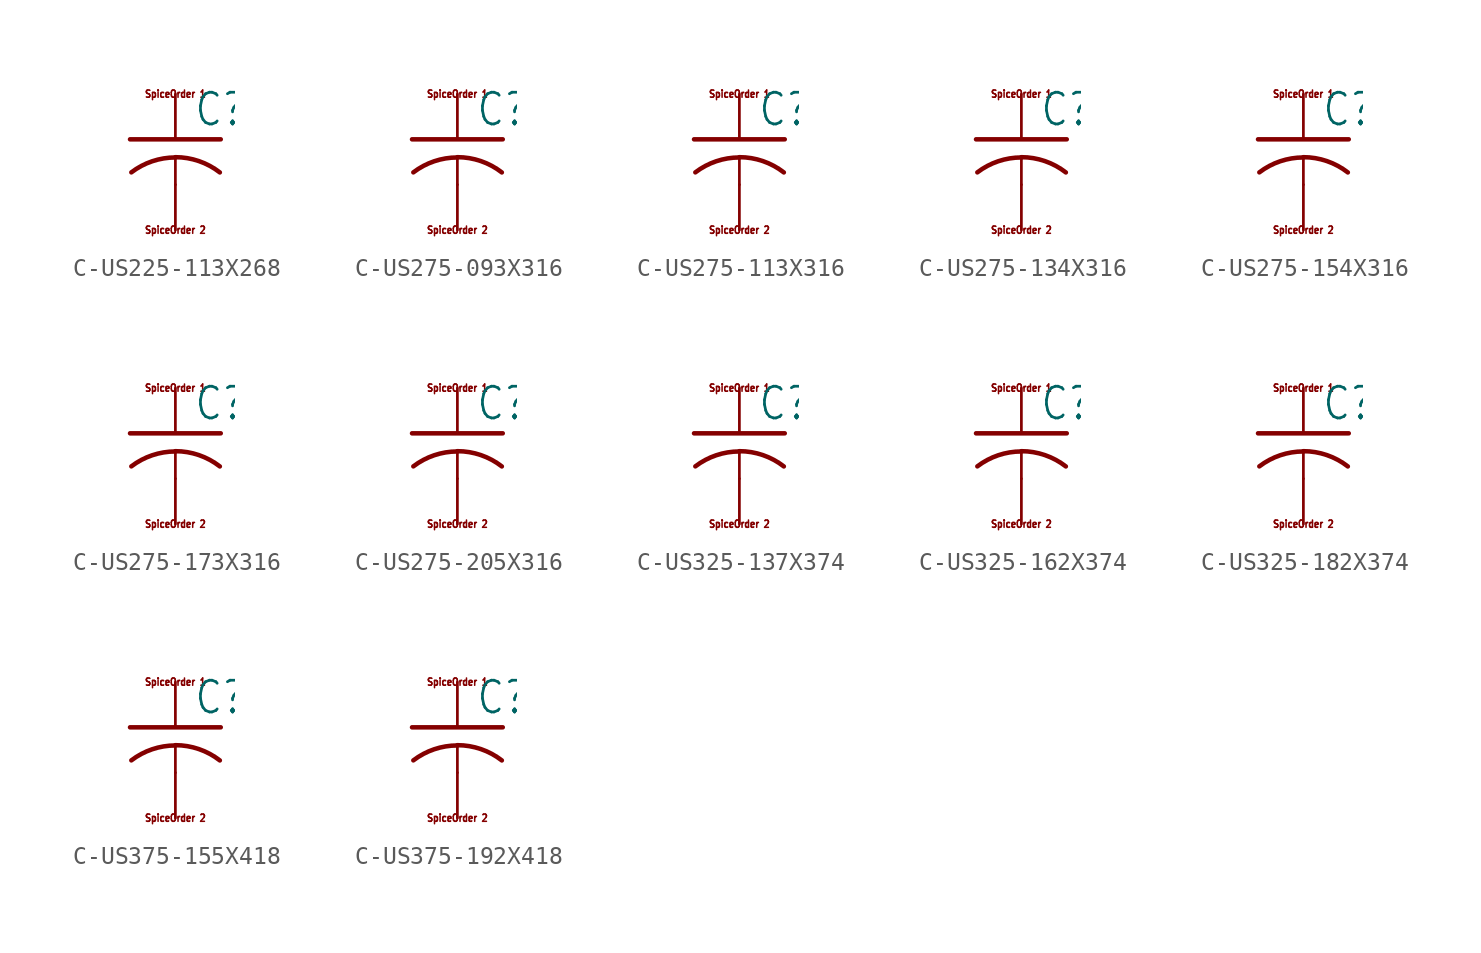
<source format=kicad_sym>
(kicad_symbol_lib
  (version 20220914)
  (generator kicad_symbol_editor)
  (symbol "C-US225-113X268"
    (property "Reference" "C"
      (at 1.016 0.635 0)
      (effects (font (size 1.778 1.511)) (justify left bottom)))
    (property "Value" ""
      (at 1.016 -4.191 0)
      (effects (font (size 1.778 1.511)) (justify left bottom)))
    (property "ki_locked" ""
      (at 0 0 0)
      (effects (font (size 1.27 1.27))))
    (symbol "C-US225-113X268_1_0"
      (arc (start 0 -1.0161) (mid -1.302 -1.2303) (end -2.4668 -1.8504) (stroke (width 0.254) (type solid)) (fill (type none)))
      (polyline (pts (xy -2.54 0) (xy 2.54 0)) (stroke (width 0.254) (type solid)) (fill (type none)))
      (polyline (pts (xy 0 -1.016) (xy 0 -2.54)) (stroke (width 0.152) (type solid)) (fill (type none)))
      (arc (start 2.4892 -1.8541) (mid 1.3158 -1.2194) (end 0 -1) (stroke (width 0.254) (type solid)) (fill (type none)))
      (text "SpiceOrder 1" (at 0 2.54 0) (effects (font (size 0.406 0.345))))
      (text "SpiceOrder 2" (at 0 -5.08 0) (effects (font (size 0.406 0.345))))
      (pin passive line (at 0 2.54 270) (length 2.54) (name "1" (effects (font (size 0 0)))) (number "1" (effects (font (size 0 0)))))
      (pin passive line (at 0 -5.08 90) (length 2.54) (name "2" (effects (font (size 0 0)))) (number "2" (effects (font (size 0 0)))))))
  (symbol "C-US275-093X316"
    (property "Reference" "C"
      (at 1.016 0.635 0)
      (effects (font (size 1.778 1.511)) (justify left bottom)))
    (property "Value" ""
      (at 1.016 -4.191 0)
      (effects (font (size 1.778 1.511)) (justify left bottom)))
    (property "ki_locked" ""
      (at 0 0 0)
      (effects (font (size 1.27 1.27))))
    (symbol "C-US275-093X316_1_0"
      (arc (start 0 -1.0161) (mid -1.302 -1.2303) (end -2.4668 -1.8504) (stroke (width 0.254) (type solid)) (fill (type none)))
      (polyline (pts (xy -2.54 0) (xy 2.54 0)) (stroke (width 0.254) (type solid)) (fill (type none)))
      (polyline (pts (xy 0 -1.016) (xy 0 -2.54)) (stroke (width 0.152) (type solid)) (fill (type none)))
      (arc (start 2.4892 -1.8541) (mid 1.3158 -1.2194) (end 0 -1) (stroke (width 0.254) (type solid)) (fill (type none)))
      (text "SpiceOrder 1" (at 0 2.54 0) (effects (font (size 0.406 0.345))))
      (text "SpiceOrder 2" (at 0 -5.08 0) (effects (font (size 0.406 0.345))))
      (pin passive line (at 0 2.54 270) (length 2.54) (name "1" (effects (font (size 0 0)))) (number "1" (effects (font (size 0 0)))))
      (pin passive line (at 0 -5.08 90) (length 2.54) (name "2" (effects (font (size 0 0)))) (number "2" (effects (font (size 0 0)))))))
  (symbol "C-US275-113X316"
    (property "Reference" "C"
      (at 1.016 0.635 0)
      (effects (font (size 1.778 1.511)) (justify left bottom)))
    (property "Value" ""
      (at 1.016 -4.191 0)
      (effects (font (size 1.778 1.511)) (justify left bottom)))
    (property "ki_locked" ""
      (at 0 0 0)
      (effects (font (size 1.27 1.27))))
    (symbol "C-US275-113X316_1_0"
      (arc (start 0 -1.0161) (mid -1.302 -1.2303) (end -2.4668 -1.8504) (stroke (width 0.254) (type solid)) (fill (type none)))
      (polyline (pts (xy -2.54 0) (xy 2.54 0)) (stroke (width 0.254) (type solid)) (fill (type none)))
      (polyline (pts (xy 0 -1.016) (xy 0 -2.54)) (stroke (width 0.152) (type solid)) (fill (type none)))
      (arc (start 2.4892 -1.8541) (mid 1.3158 -1.2194) (end 0 -1) (stroke (width 0.254) (type solid)) (fill (type none)))
      (text "SpiceOrder 1" (at 0 2.54 0) (effects (font (size 0.406 0.345))))
      (text "SpiceOrder 2" (at 0 -5.08 0) (effects (font (size 0.406 0.345))))
      (pin passive line (at 0 2.54 270) (length 2.54) (name "1" (effects (font (size 0 0)))) (number "1" (effects (font (size 0 0)))))
      (pin passive line (at 0 -5.08 90) (length 2.54) (name "2" (effects (font (size 0 0)))) (number "2" (effects (font (size 0 0)))))))
  (symbol "C-US275-134X316"
    (property "Reference" "C"
      (at 1.016 0.635 0)
      (effects (font (size 1.778 1.511)) (justify left bottom)))
    (property "Value" ""
      (at 1.016 -4.191 0)
      (effects (font (size 1.778 1.511)) (justify left bottom)))
    (property "ki_locked" ""
      (at 0 0 0)
      (effects (font (size 1.27 1.27))))
    (symbol "C-US275-134X316_1_0"
      (arc (start 0 -1.0161) (mid -1.302 -1.2303) (end -2.4668 -1.8504) (stroke (width 0.254) (type solid)) (fill (type none)))
      (polyline (pts (xy -2.54 0) (xy 2.54 0)) (stroke (width 0.254) (type solid)) (fill (type none)))
      (polyline (pts (xy 0 -1.016) (xy 0 -2.54)) (stroke (width 0.152) (type solid)) (fill (type none)))
      (arc (start 2.4892 -1.8541) (mid 1.3158 -1.2194) (end 0 -1) (stroke (width 0.254) (type solid)) (fill (type none)))
      (text "SpiceOrder 1" (at 0 2.54 0) (effects (font (size 0.406 0.345))))
      (text "SpiceOrder 2" (at 0 -5.08 0) (effects (font (size 0.406 0.345))))
      (pin passive line (at 0 2.54 270) (length 2.54) (name "1" (effects (font (size 0 0)))) (number "1" (effects (font (size 0 0)))))
      (pin passive line (at 0 -5.08 90) (length 2.54) (name "2" (effects (font (size 0 0)))) (number "2" (effects (font (size 0 0)))))))
  (symbol "C-US275-154X316"
    (property "Reference" "C"
      (at 1.016 0.635 0)
      (effects (font (size 1.778 1.511)) (justify left bottom)))
    (property "Value" ""
      (at 1.016 -4.191 0)
      (effects (font (size 1.778 1.511)) (justify left bottom)))
    (property "ki_locked" ""
      (at 0 0 0)
      (effects (font (size 1.27 1.27))))
    (symbol "C-US275-154X316_1_0"
      (arc (start 0 -1.0161) (mid -1.302 -1.2303) (end -2.4668 -1.8504) (stroke (width 0.254) (type solid)) (fill (type none)))
      (polyline (pts (xy -2.54 0) (xy 2.54 0)) (stroke (width 0.254) (type solid)) (fill (type none)))
      (polyline (pts (xy 0 -1.016) (xy 0 -2.54)) (stroke (width 0.152) (type solid)) (fill (type none)))
      (arc (start 2.4892 -1.8541) (mid 1.3158 -1.2194) (end 0 -1) (stroke (width 0.254) (type solid)) (fill (type none)))
      (text "SpiceOrder 1" (at 0 2.54 0) (effects (font (size 0.406 0.345))))
      (text "SpiceOrder 2" (at 0 -5.08 0) (effects (font (size 0.406 0.345))))
      (pin passive line (at 0 2.54 270) (length 2.54) (name "1" (effects (font (size 0 0)))) (number "1" (effects (font (size 0 0)))))
      (pin passive line (at 0 -5.08 90) (length 2.54) (name "2" (effects (font (size 0 0)))) (number "2" (effects (font (size 0 0)))))))
  (symbol "C-US275-173X316"
    (property "Reference" "C"
      (at 1.016 0.635 0)
      (effects (font (size 1.778 1.511)) (justify left bottom)))
    (property "Value" ""
      (at 1.016 -4.191 0)
      (effects (font (size 1.778 1.511)) (justify left bottom)))
    (property "ki_locked" ""
      (at 0 0 0)
      (effects (font (size 1.27 1.27))))
    (symbol "C-US275-173X316_1_0"
      (arc (start 0 -1.0161) (mid -1.302 -1.2303) (end -2.4668 -1.8504) (stroke (width 0.254) (type solid)) (fill (type none)))
      (polyline (pts (xy -2.54 0) (xy 2.54 0)) (stroke (width 0.254) (type solid)) (fill (type none)))
      (polyline (pts (xy 0 -1.016) (xy 0 -2.54)) (stroke (width 0.152) (type solid)) (fill (type none)))
      (arc (start 2.4892 -1.8541) (mid 1.3158 -1.2194) (end 0 -1) (stroke (width 0.254) (type solid)) (fill (type none)))
      (text "SpiceOrder 1" (at 0 2.54 0) (effects (font (size 0.406 0.345))))
      (text "SpiceOrder 2" (at 0 -5.08 0) (effects (font (size 0.406 0.345))))
      (pin passive line (at 0 2.54 270) (length 2.54) (name "1" (effects (font (size 0 0)))) (number "1" (effects (font (size 0 0)))))
      (pin passive line (at 0 -5.08 90) (length 2.54) (name "2" (effects (font (size 0 0)))) (number "2" (effects (font (size 0 0)))))))
  (symbol "C-US275-205X316"
    (property "Reference" "C"
      (at 1.016 0.635 0)
      (effects (font (size 1.778 1.511)) (justify left bottom)))
    (property "Value" ""
      (at 1.016 -4.191 0)
      (effects (font (size 1.778 1.511)) (justify left bottom)))
    (property "ki_locked" ""
      (at 0 0 0)
      (effects (font (size 1.27 1.27))))
    (symbol "C-US275-205X316_1_0"
      (arc (start 0 -1.0161) (mid -1.302 -1.2303) (end -2.4668 -1.8504) (stroke (width 0.254) (type solid)) (fill (type none)))
      (polyline (pts (xy -2.54 0) (xy 2.54 0)) (stroke (width 0.254) (type solid)) (fill (type none)))
      (polyline (pts (xy 0 -1.016) (xy 0 -2.54)) (stroke (width 0.152) (type solid)) (fill (type none)))
      (arc (start 2.4892 -1.8541) (mid 1.3158 -1.2194) (end 0 -1) (stroke (width 0.254) (type solid)) (fill (type none)))
      (text "SpiceOrder 1" (at 0 2.54 0) (effects (font (size 0.406 0.345))))
      (text "SpiceOrder 2" (at 0 -5.08 0) (effects (font (size 0.406 0.345))))
      (pin passive line (at 0 2.54 270) (length 2.54) (name "1" (effects (font (size 0 0)))) (number "1" (effects (font (size 0 0)))))
      (pin passive line (at 0 -5.08 90) (length 2.54) (name "2" (effects (font (size 0 0)))) (number "2" (effects (font (size 0 0)))))))
  (symbol "C-US325-137X374"
    (property "Reference" "C"
      (at 1.016 0.635 0)
      (effects (font (size 1.778 1.511)) (justify left bottom)))
    (property "Value" ""
      (at 1.016 -4.191 0)
      (effects (font (size 1.778 1.511)) (justify left bottom)))
    (property "ki_locked" ""
      (at 0 0 0)
      (effects (font (size 1.27 1.27))))
    (symbol "C-US325-137X374_1_0"
      (arc (start 0 -1.0161) (mid -1.302 -1.2303) (end -2.4668 -1.8504) (stroke (width 0.254) (type solid)) (fill (type none)))
      (polyline (pts (xy -2.54 0) (xy 2.54 0)) (stroke (width 0.254) (type solid)) (fill (type none)))
      (polyline (pts (xy 0 -1.016) (xy 0 -2.54)) (stroke (width 0.152) (type solid)) (fill (type none)))
      (arc (start 2.4892 -1.8541) (mid 1.3158 -1.2194) (end 0 -1) (stroke (width 0.254) (type solid)) (fill (type none)))
      (text "SpiceOrder 1" (at 0 2.54 0) (effects (font (size 0.406 0.345))))
      (text "SpiceOrder 2" (at 0 -5.08 0) (effects (font (size 0.406 0.345))))
      (pin passive line (at 0 2.54 270) (length 2.54) (name "1" (effects (font (size 0 0)))) (number "1" (effects (font (size 0 0)))))
      (pin passive line (at 0 -5.08 90) (length 2.54) (name "2" (effects (font (size 0 0)))) (number "2" (effects (font (size 0 0)))))))
  (symbol "C-US325-162X374"
    (property "Reference" "C"
      (at 1.016 0.635 0)
      (effects (font (size 1.778 1.511)) (justify left bottom)))
    (property "Value" ""
      (at 1.016 -4.191 0)
      (effects (font (size 1.778 1.511)) (justify left bottom)))
    (property "ki_locked" ""
      (at 0 0 0)
      (effects (font (size 1.27 1.27))))
    (symbol "C-US325-162X374_1_0"
      (arc (start 0 -1.0161) (mid -1.302 -1.2303) (end -2.4668 -1.8504) (stroke (width 0.254) (type solid)) (fill (type none)))
      (polyline (pts (xy -2.54 0) (xy 2.54 0)) (stroke (width 0.254) (type solid)) (fill (type none)))
      (polyline (pts (xy 0 -1.016) (xy 0 -2.54)) (stroke (width 0.152) (type solid)) (fill (type none)))
      (arc (start 2.4892 -1.8541) (mid 1.3158 -1.2194) (end 0 -1) (stroke (width 0.254) (type solid)) (fill (type none)))
      (text "SpiceOrder 1" (at 0 2.54 0) (effects (font (size 0.406 0.345))))
      (text "SpiceOrder 2" (at 0 -5.08 0) (effects (font (size 0.406 0.345))))
      (pin passive line (at 0 2.54 270) (length 2.54) (name "1" (effects (font (size 0 0)))) (number "1" (effects (font (size 0 0)))))
      (pin passive line (at 0 -5.08 90) (length 2.54) (name "2" (effects (font (size 0 0)))) (number "2" (effects (font (size 0 0)))))))
  (symbol "C-US325-182X374"
    (property "Reference" "C"
      (at 1.016 0.635 0)
      (effects (font (size 1.778 1.511)) (justify left bottom)))
    (property "Value" ""
      (at 1.016 -4.191 0)
      (effects (font (size 1.778 1.511)) (justify left bottom)))
    (property "ki_locked" ""
      (at 0 0 0)
      (effects (font (size 1.27 1.27))))
    (symbol "C-US325-182X374_1_0"
      (arc (start 0 -1.0161) (mid -1.302 -1.2303) (end -2.4668 -1.8504) (stroke (width 0.254) (type solid)) (fill (type none)))
      (polyline (pts (xy -2.54 0) (xy 2.54 0)) (stroke (width 0.254) (type solid)) (fill (type none)))
      (polyline (pts (xy 0 -1.016) (xy 0 -2.54)) (stroke (width 0.152) (type solid)) (fill (type none)))
      (arc (start 2.4892 -1.8541) (mid 1.3158 -1.2194) (end 0 -1) (stroke (width 0.254) (type solid)) (fill (type none)))
      (text "SpiceOrder 1" (at 0 2.54 0) (effects (font (size 0.406 0.345))))
      (text "SpiceOrder 2" (at 0 -5.08 0) (effects (font (size 0.406 0.345))))
      (pin passive line (at 0 2.54 270) (length 2.54) (name "1" (effects (font (size 0 0)))) (number "1" (effects (font (size 0 0)))))
      (pin passive line (at 0 -5.08 90) (length 2.54) (name "2" (effects (font (size 0 0)))) (number "2" (effects (font (size 0 0)))))))
  (symbol "C-US375-155X418"
    (property "Reference" "C"
      (at 1.016 0.635 0)
      (effects (font (size 1.778 1.511)) (justify left bottom)))
    (property "Value" ""
      (at 1.016 -4.191 0)
      (effects (font (size 1.778 1.511)) (justify left bottom)))
    (property "ki_locked" ""
      (at 0 0 0)
      (effects (font (size 1.27 1.27))))
    (symbol "C-US375-155X418_1_0"
      (arc (start 0 -1.0161) (mid -1.302 -1.2303) (end -2.4668 -1.8504) (stroke (width 0.254) (type solid)) (fill (type none)))
      (polyline (pts (xy -2.54 0) (xy 2.54 0)) (stroke (width 0.254) (type solid)) (fill (type none)))
      (polyline (pts (xy 0 -1.016) (xy 0 -2.54)) (stroke (width 0.152) (type solid)) (fill (type none)))
      (arc (start 2.4892 -1.8541) (mid 1.3158 -1.2194) (end 0 -1) (stroke (width 0.254) (type solid)) (fill (type none)))
      (text "SpiceOrder 1" (at 0 2.54 0) (effects (font (size 0.406 0.345))))
      (text "SpiceOrder 2" (at 0 -5.08 0) (effects (font (size 0.406 0.345))))
      (pin passive line (at 0 2.54 270) (length 2.54) (name "1" (effects (font (size 0 0)))) (number "1" (effects (font (size 0 0)))))
      (pin passive line (at 0 -5.08 90) (length 2.54) (name "2" (effects (font (size 0 0)))) (number "2" (effects (font (size 0 0)))))))
  (symbol "C-US375-192X418"
    (property "Reference" "C"
      (at 1.016 0.635 0)
      (effects (font (size 1.778 1.511)) (justify left bottom)))
    (property "Value" ""
      (at 1.016 -4.191 0)
      (effects (font (size 1.778 1.511)) (justify left bottom)))
    (property "ki_locked" ""
      (at 0 0 0)
      (effects (font (size 1.27 1.27))))
    (symbol "C-US375-192X418_1_0"
      (arc (start 0 -1.0161) (mid -1.302 -1.2303) (end -2.4668 -1.8504) (stroke (width 0.254) (type solid)) (fill (type none)))
      (polyline (pts (xy -2.54 0) (xy 2.54 0)) (stroke (width 0.254) (type solid)) (fill (type none)))
      (polyline (pts (xy 0 -1.016) (xy 0 -2.54)) (stroke (width 0.152) (type solid)) (fill (type none)))
      (arc (start 2.4892 -1.8541) (mid 1.3158 -1.2194) (end 0 -1) (stroke (width 0.254) (type solid)) (fill (type none)))
      (text "SpiceOrder 1" (at 0 2.54 0) (effects (font (size 0.406 0.345))))
      (text "SpiceOrder 2" (at 0 -5.08 0) (effects (font (size 0.406 0.345))))
      (pin passive line (at 0 2.54 270) (length 2.54) (name "1" (effects (font (size 0 0)))) (number "1" (effects (font (size 0 0)))))
      (pin passive line (at 0 -5.08 90) (length 2.54) (name "2" (effects (font (size 0 0)))) (number "2" (effects (font (size 0 0))))))))
</source>
